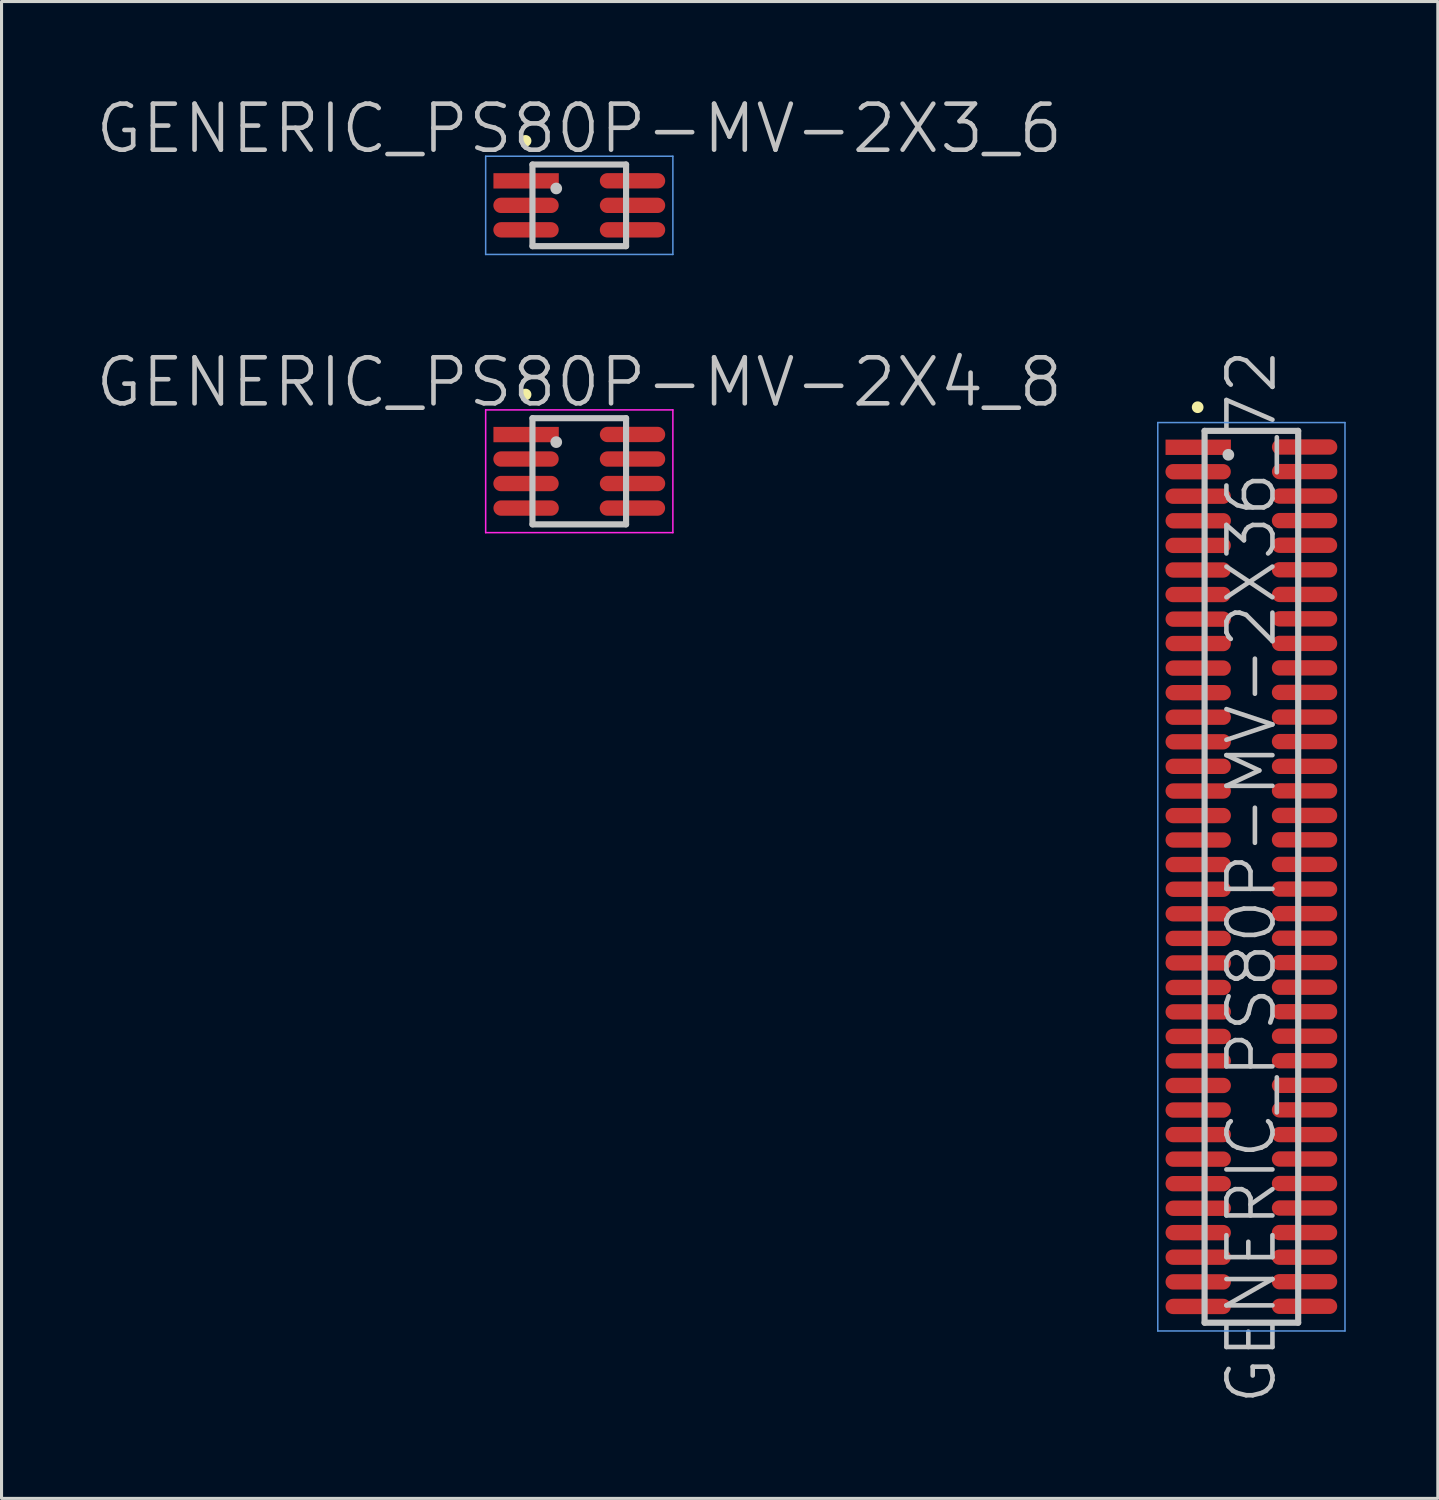
<source format=kicad_pcb>
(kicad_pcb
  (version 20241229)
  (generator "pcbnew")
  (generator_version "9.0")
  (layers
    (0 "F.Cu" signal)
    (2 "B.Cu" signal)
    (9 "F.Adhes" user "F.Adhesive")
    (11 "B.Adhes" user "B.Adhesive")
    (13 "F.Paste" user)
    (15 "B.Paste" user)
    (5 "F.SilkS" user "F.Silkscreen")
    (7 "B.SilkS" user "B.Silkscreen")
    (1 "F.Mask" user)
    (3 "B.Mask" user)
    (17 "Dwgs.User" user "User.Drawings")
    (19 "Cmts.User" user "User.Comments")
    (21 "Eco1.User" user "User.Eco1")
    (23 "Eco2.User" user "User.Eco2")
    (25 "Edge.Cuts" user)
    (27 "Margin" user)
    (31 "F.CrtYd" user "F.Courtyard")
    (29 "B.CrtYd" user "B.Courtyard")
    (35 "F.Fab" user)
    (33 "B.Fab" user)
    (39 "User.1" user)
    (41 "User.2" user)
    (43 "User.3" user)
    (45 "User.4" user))
  (footprint "GENERIC_PS80P-MV-2X4_8"
    (layer "F.Cu")
    (at 15.825 12.306)
    (property "Reference" "GENERIC_PS80P-MV-2X4_8" (at 0 -2.9 180) (layer "Dwgs.User") (effects (font (size 1.5 1.5) (thickness 0.15))))
    (attr smd)
    (fp_line (start -1.75 -2.5) (end -1.75 -2.5) (stroke (width 0.381) (type solid)) (layer "F.SilkS"))
    (fp_line (start -1.525 -1.73) (end -1.525 1.73) (stroke (width 0.2) (type solid)) (layer "Dwgs.User"))
    (fp_line (start -1.525 -1.73) (end 1.525 -1.73) (stroke (width 0.2) (type solid)) (layer "Dwgs.User"))
    (fp_line (start -1.525 1.73) (end 1.525 1.73) (stroke (width 0.2) (type solid)) (layer "Dwgs.User"))
    (fp_line (start -0.75 -0.95) (end -0.75 -0.95) (stroke (width 0.381) (type solid)) (layer "Dwgs.User"))
    (fp_line (start 1.525 -1.73) (end 1.525 1.73) (stroke (width 0.2) (type solid)) (layer "Dwgs.User"))
    (fp_line (start -3.05 -2) (end -3.05 2) (stroke (width 0.05) (type solid)) (layer "F.CrtYd"))
    (fp_line (start -3.05 -2) (end 3.05 -2) (stroke (width 0.05) (type solid)) (layer "F.CrtYd"))
    (fp_line (start -3.05 2) (end 3.05 2) (stroke (width 0.05) (type solid)) (layer "F.CrtYd"))
    (fp_line (start 3.05 -2) (end 3.05 2) (stroke (width 0.05) (type solid)) (layer "F.CrtYd"))
    (pad "1" smd rect (at -1.732 -1.196 270) (size 0.5 2.13) (layers "F.Cu" "F.Mask" "F.Paste"))
    (pad "2" smd oval (at 1.735 -1.199 270) (size 0.5 2.13) (layers "F.Cu" "F.Mask" "F.Paste"))
    (pad "3" smd oval (at -1.735 -0.399 270) (size 0.5 2.13) (layers "F.Cu" "F.Mask" "F.Paste"))
    (pad "4" smd oval (at 1.735 -0.399 270) (size 0.5 2.13) (layers "F.Cu" "F.Mask" "F.Paste"))
    (pad "5" smd oval (at -1.735 0.399 270) (size 0.5 2.13) (layers "F.Cu" "F.Mask" "F.Paste"))
    (pad "6" smd oval (at 1.735 0.399 270) (size 0.5 2.13) (layers "F.Cu" "F.Mask" "F.Paste"))
    (pad "7" smd oval (at -1.732 1.199 270) (size 0.5 2.13) (layers "F.Cu" "F.Mask" "F.Paste"))
    (pad "8" smd oval (at 1.732 1.199 270) (size 0.5 2.13) (layers "F.Cu" "F.Mask" "F.Paste")))
  (footprint "GENERIC_PS80P-MV-2X3_6"
    (layer "F.Cu")
    (at 15.825 3.641)
    (property "Reference" "GENERIC_PS80P-MV-2X3_6" (at 0 -2.5 180) (layer "Dwgs.User") (effects (font (size 1.5 1.5) (thickness 0.15))))
    (attr smd)
    (fp_line (start -1.75 -2.1) (end -1.75 -2.1) (stroke (width 0.381) (type solid)) (layer "F.SilkS"))
    (fp_line (start -1.525 -1.33) (end -1.525 1.33) (stroke (width 0.2) (type solid)) (layer "Dwgs.User"))
    (fp_line (start -1.525 -1.33) (end 1.525 -1.33) (stroke (width 0.2) (type solid)) (layer "Dwgs.User"))
    (fp_line (start -1.525 1.33) (end 1.525 1.33) (stroke (width 0.2) (type solid)) (layer "Dwgs.User"))
    (fp_line (start -0.75 -0.55) (end -0.75 -0.55) (stroke (width 0.381) (type solid)) (layer "Dwgs.User"))
    (fp_line (start 1.525 -1.33) (end 1.525 1.33) (stroke (width 0.2) (type solid)) (layer "Dwgs.User"))
    (fp_line (start -3.05 -1.6) (end -3.05 1.6) (stroke (width 0.05) (type solid)) (layer "Cmts.User"))
    (fp_line (start -3.05 -1.6) (end 3.05 -1.6) (stroke (width 0.05) (type solid)) (layer "Cmts.User"))
    (fp_line (start -3.05 1.6) (end 3.05 1.6) (stroke (width 0.05) (type solid)) (layer "Cmts.User"))
    (fp_line (start 3.05 -1.6) (end 3.05 1.6) (stroke (width 0.05) (type solid)) (layer "Cmts.User"))
    (pad "1" smd rect (at -1.732 -0.798 270) (size 0.5 2.13) (layers "F.Cu" "F.Mask" "F.Paste"))
    (pad "2" smd oval (at 1.735 -0.8 270) (size 0.5 2.13) (layers "F.Cu" "F.Mask" "F.Paste"))
    (pad "3" smd oval (at -1.735 0 270) (size 0.5 2.13) (layers "F.Cu" "F.Mask" "F.Paste"))
    (pad "4" smd oval (at 1.735 0 270) (size 0.5 2.13) (layers "F.Cu" "F.Mask" "F.Paste"))
    (pad "5" smd oval (at -1.735 0.798 270) (size 0.5 2.13) (layers "F.Cu" "F.Mask" "F.Paste"))
    (pad "6" smd oval (at 1.735 0.798 270) (size 0.5 2.13) (layers "F.Cu" "F.Mask" "F.Paste")))
  (footprint "GENERIC_PS80P-MV-2X36_72"
    (layer "F.Cu")
    (at 37.725 25.519)
    (property "Reference" "GENERIC_PS80P-MV-2X36_72" (at 0 0 90) (layer "Dwgs.User") (effects (font (size 1.5 1.5) (thickness 0.15))))
    (attr smd)
    (fp_line (start -1.75 -15.3) (end -1.75 -15.3) (stroke (width 0.381) (type solid)) (layer "F.SilkS"))
    (fp_line (start -1.525 -14.53) (end -1.525 14.53) (stroke (width 0.2) (type solid)) (layer "Dwgs.User"))
    (fp_line (start -1.525 -14.53) (end 1.525 -14.53) (stroke (width 0.2) (type solid)) (layer "Dwgs.User"))
    (fp_line (start -1.525 14.53) (end 1.525 14.53) (stroke (width 0.2) (type solid)) (layer "Dwgs.User"))
    (fp_line (start -0.75 -13.75) (end -0.75 -13.75) (stroke (width 0.381) (type solid)) (layer "Dwgs.User"))
    (fp_line (start 1.525 -14.53) (end 1.525 14.53) (stroke (width 0.2) (type solid)) (layer "Dwgs.User"))
    (fp_line (start -3.05 -14.8) (end -3.05 14.8) (stroke (width 0.05) (type solid)) (layer "Cmts.User"))
    (fp_line (start -3.05 -14.8) (end 3.05 -14.8) (stroke (width 0.05) (type solid)) (layer "Cmts.User"))
    (fp_line (start -3.05 14.8) (end 3.05 14.8) (stroke (width 0.05) (type solid)) (layer "Cmts.User"))
    (fp_line (start 3.05 -14.8) (end 3.05 14.8) (stroke (width 0.05) (type solid)) (layer "Cmts.User"))
    (pad "1" smd rect (at -1.732 -13.995 270) (size 0.5 2.13) (layers "F.Cu" "F.Mask" "F.Paste"))
    (pad "2" smd oval (at 1.735 -14.003 270) (size 0.5 2.13) (layers "F.Cu" "F.Mask" "F.Paste"))
    (pad "3" smd oval (at -1.735 -13.198 270) (size 0.5 2.13) (layers "F.Cu" "F.Mask" "F.Paste"))
    (pad "4" smd oval (at 1.735 -13.203 270) (size 0.5 2.13) (layers "F.Cu" "F.Mask" "F.Paste"))
    (pad "5" smd oval (at -1.735 -12.4 270) (size 0.5 2.13) (layers "F.Cu" "F.Mask" "F.Paste"))
    (pad "6" smd oval (at 1.735 -12.405 270) (size 0.5 2.13) (layers "F.Cu" "F.Mask" "F.Paste"))
    (pad "7" smd oval (at -1.732 -11.6 270) (size 0.5 2.13) (layers "F.Cu" "F.Mask" "F.Paste"))
    (pad "8" smd oval (at 1.732 -11.605 270) (size 0.5 2.13) (layers "F.Cu" "F.Mask" "F.Paste"))
    (pad "9" smd oval (at -1.735 -10.798 270) (size 0.5 2.13) (layers "F.Cu" "F.Mask" "F.Paste"))
    (pad "10" smd oval (at 1.732 -10.803 270) (size 0.5 2.13) (layers "F.Cu" "F.Mask" "F.Paste"))
    (pad "11" smd oval (at -1.735 -9.997 270) (size 0.5 2.13) (layers "F.Cu" "F.Mask" "F.Paste"))
    (pad "12" smd oval (at 1.732 -10.003 270) (size 0.5 2.13) (layers "F.Cu" "F.Mask" "F.Paste"))
    (pad "13" smd oval (at -1.735 -9.197 270) (size 0.5 2.13) (layers "F.Cu" "F.Mask" "F.Paste"))
    (pad "14" smd oval (at 1.735 -9.2 270) (size 0.5 2.13) (layers "F.Cu" "F.Mask" "F.Paste"))
    (pad "15" smd oval (at -1.732 -8.395 270) (size 0.5 2.13) (layers "F.Cu" "F.Mask" "F.Paste"))
    (pad "16" smd oval (at 1.732 -8.405 270) (size 0.5 2.13) (layers "F.Cu" "F.Mask" "F.Paste"))
    (pad "17" smd oval (at -1.732 -7.6 270) (size 0.5 2.13) (layers "F.Cu" "F.Mask" "F.Paste"))
    (pad "18" smd oval (at 1.732 -7.605 270) (size 0.5 2.13) (layers "F.Cu" "F.Mask" "F.Paste"))
    (pad "19" smd oval (at -1.732 -6.8 270) (size 0.5 2.13) (layers "F.Cu" "F.Mask" "F.Paste"))
    (pad "20" smd oval (at 1.732 -6.807 270) (size 0.5 2.13) (layers "F.Cu" "F.Mask" "F.Paste"))
    (pad "21" smd oval (at -1.732 -5.999 270) (size 0.5 2.13) (layers "F.Cu" "F.Mask" "F.Paste"))
    (pad "22" smd oval (at 1.732 -6.007 270) (size 0.5 2.13) (layers "F.Cu" "F.Mask" "F.Paste"))
    (pad "23" smd oval (at -1.732 -5.199 270) (size 0.5 2.13) (layers "F.Cu" "F.Mask" "F.Paste"))
    (pad "24" smd oval (at 1.732 -5.204 270) (size 0.5 2.13) (layers "F.Cu" "F.Mask" "F.Paste"))
    (pad "25" smd oval (at -1.732 -4.399 270) (size 0.5 2.13) (layers "F.Cu" "F.Mask" "F.Paste"))
    (pad "26" smd oval (at 1.732 -4.404 270) (size 0.5 2.13) (layers "F.Cu" "F.Mask" "F.Paste"))
    (pad "27" smd oval (at -1.732 -3.599 270) (size 0.5 2.13) (layers "F.Cu" "F.Mask" "F.Paste"))
    (pad "28" smd oval (at 1.732 -3.599 270) (size 0.5 2.13) (layers "F.Cu" "F.Mask" "F.Paste"))
    (pad "29" smd oval (at -1.732 -2.794 270) (size 0.5 2.13) (layers "F.Cu" "F.Mask" "F.Paste"))
    (pad "30" smd oval (at 1.732 -2.799 270) (size 0.5 2.13) (layers "F.Cu" "F.Mask" "F.Paste"))
    (pad "31" smd oval (at -1.732 -1.994 270) (size 0.5 2.13) (layers "F.Cu" "F.Mask" "F.Paste"))
    (pad "32" smd oval (at 1.732 -1.999 270) (size 0.5 2.13) (layers "F.Cu" "F.Mask" "F.Paste"))
    (pad "33" smd oval (at -1.732 -1.199 270) (size 0.5 2.13) (layers "F.Cu" "F.Mask" "F.Paste"))
    (pad "34" smd oval (at 1.732 -1.204 270) (size 0.5 2.13) (layers "F.Cu" "F.Mask" "F.Paste"))
    (pad "35" smd oval (at -1.732 -0.399 270) (size 0.5 2.13) (layers "F.Cu" "F.Mask" "F.Paste"))
    (pad "36" smd oval (at 1.732 -0.404 270) (size 0.5 2.13) (layers "F.Cu" "F.Mask" "F.Paste"))
    (pad "37" smd oval (at -1.732 0.406 270) (size 0.5 2.13) (layers "F.Cu" "F.Mask" "F.Paste"))
    (pad "38" smd oval (at 1.732 0.401 270) (size 0.5 2.13) (layers "F.Cu" "F.Mask" "F.Paste"))
    (pad "39" smd oval (at -1.732 1.206 270) (size 0.5 2.13) (layers "F.Cu" "F.Mask" "F.Paste"))
    (pad "40" smd oval (at 1.732 1.201 270) (size 0.5 2.13) (layers "F.Cu" "F.Mask" "F.Paste"))
    (pad "41" smd oval (at -1.732 2.007 270) (size 0.5 2.13) (layers "F.Cu" "F.Mask" "F.Paste"))
    (pad "42" smd oval (at 1.732 2.002 270) (size 0.5 2.13) (layers "F.Cu" "F.Mask" "F.Paste"))
    (pad "43" smd oval (at -1.732 2.807 270) (size 0.5 2.13) (layers "F.Cu" "F.Mask" "F.Paste"))
    (pad "44" smd oval (at 1.732 2.797 270) (size 0.5 2.13) (layers "F.Cu" "F.Mask" "F.Paste"))
    (pad "45" smd oval (at -1.732 3.607 270) (size 0.5 2.13) (layers "F.Cu" "F.Mask" "F.Paste"))
    (pad "46" smd oval (at 1.732 3.597 270) (size 0.5 2.13) (layers "F.Cu" "F.Mask" "F.Paste"))
    (pad "47" smd oval (at -1.732 4.402 270) (size 0.5 2.13) (layers "F.Cu" "F.Mask" "F.Paste"))
    (pad "48" smd oval (at 1.732 4.397 270) (size 0.5 2.13) (layers "F.Cu" "F.Mask" "F.Paste"))
    (pad "49" smd oval (at -1.732 5.202 270) (size 0.5 2.13) (layers "F.Cu" "F.Mask" "F.Paste"))
    (pad "50" smd oval (at 1.732 5.194 270) (size 0.5 2.13) (layers "F.Cu" "F.Mask" "F.Paste"))
    (pad "51" smd oval (at -1.732 5.999 270) (size 0.5 2.13) (layers "F.Cu" "F.Mask" "F.Paste"))
    (pad "52" smd oval (at 1.732 5.994 270) (size 0.5 2.13) (layers "F.Cu" "F.Mask" "F.Paste"))
    (pad "53" smd oval (at -1.732 6.8 270) (size 0.5 2.13) (layers "F.Cu" "F.Mask" "F.Paste"))
    (pad "54" smd oval (at 1.732 6.795 270) (size 0.5 2.13) (layers "F.Cu" "F.Mask" "F.Paste"))
    (pad "55" smd oval (at -1.732 7.6 270) (size 0.5 2.13) (layers "F.Cu" "F.Mask" "F.Paste"))
    (pad "56" smd oval (at 1.732 7.595 270) (size 0.5 2.13) (layers "F.Cu" "F.Mask" "F.Paste"))
    (pad "57" smd oval (at -1.732 8.4 270) (size 0.5 2.13) (layers "F.Cu" "F.Mask" "F.Paste"))
    (pad "58" smd oval (at 1.732 8.4 270) (size 0.5 2.13) (layers "F.Cu" "F.Mask" "F.Paste"))
    (pad "59" smd oval (at -1.732 9.2 270) (size 0.5 2.13) (layers "F.Cu" "F.Mask" "F.Paste"))
    (pad "60" smd oval (at 1.732 9.195 270) (size 0.5 2.13) (layers "F.Cu" "F.Mask" "F.Paste"))
    (pad "61" smd oval (at -1.732 10 270) (size 0.5 2.13) (layers "F.Cu" "F.Mask" "F.Paste"))
    (pad "62" smd oval (at 1.732 9.995 270) (size 0.5 2.13) (layers "F.Cu" "F.Mask" "F.Paste"))
    (pad "63" smd oval (at -1.732 10.8 270) (size 0.5 2.13) (layers "F.Cu" "F.Mask" "F.Paste"))
    (pad "64" smd oval (at 1.732 10.792 270) (size 0.5 2.13) (layers "F.Cu" "F.Mask" "F.Paste"))
    (pad "65" smd oval (at -1.732 11.595 270) (size 0.5 2.13) (layers "F.Cu" "F.Mask" "F.Paste"))
    (pad "66" smd oval (at 1.732 11.593 270) (size 0.5 2.13) (layers "F.Cu" "F.Mask" "F.Paste"))
    (pad "67" smd oval (at -1.732 12.395 270) (size 0.5 2.13) (layers "F.Cu" "F.Mask" "F.Paste"))
    (pad "68" smd oval (at 1.732 12.395 270) (size 0.5 2.13) (layers "F.Cu" "F.Mask" "F.Paste"))
    (pad "69" smd oval (at -1.732 13.2 270) (size 0.5 2.13) (layers "F.Cu" "F.Mask" "F.Paste"))
    (pad "70" smd oval (at 1.732 13.195 270) (size 0.5 2.13) (layers "F.Cu" "F.Mask" "F.Paste"))
    (pad "71" smd oval (at -1.732 14 270) (size 0.5 2.13) (layers "F.Cu" "F.Mask" "F.Paste"))
    (pad "72" smd oval (at 1.732 13.995 270) (size 0.5 2.13) (layers "F.Cu" "F.Mask" "F.Paste")))
  (gr_rect
    (start -3 -3)
    (end 43.8 45.773)
    (stroke (width 0.1) (type default))
    (fill no)
    (layer "Edge.Cuts")))
</source>
